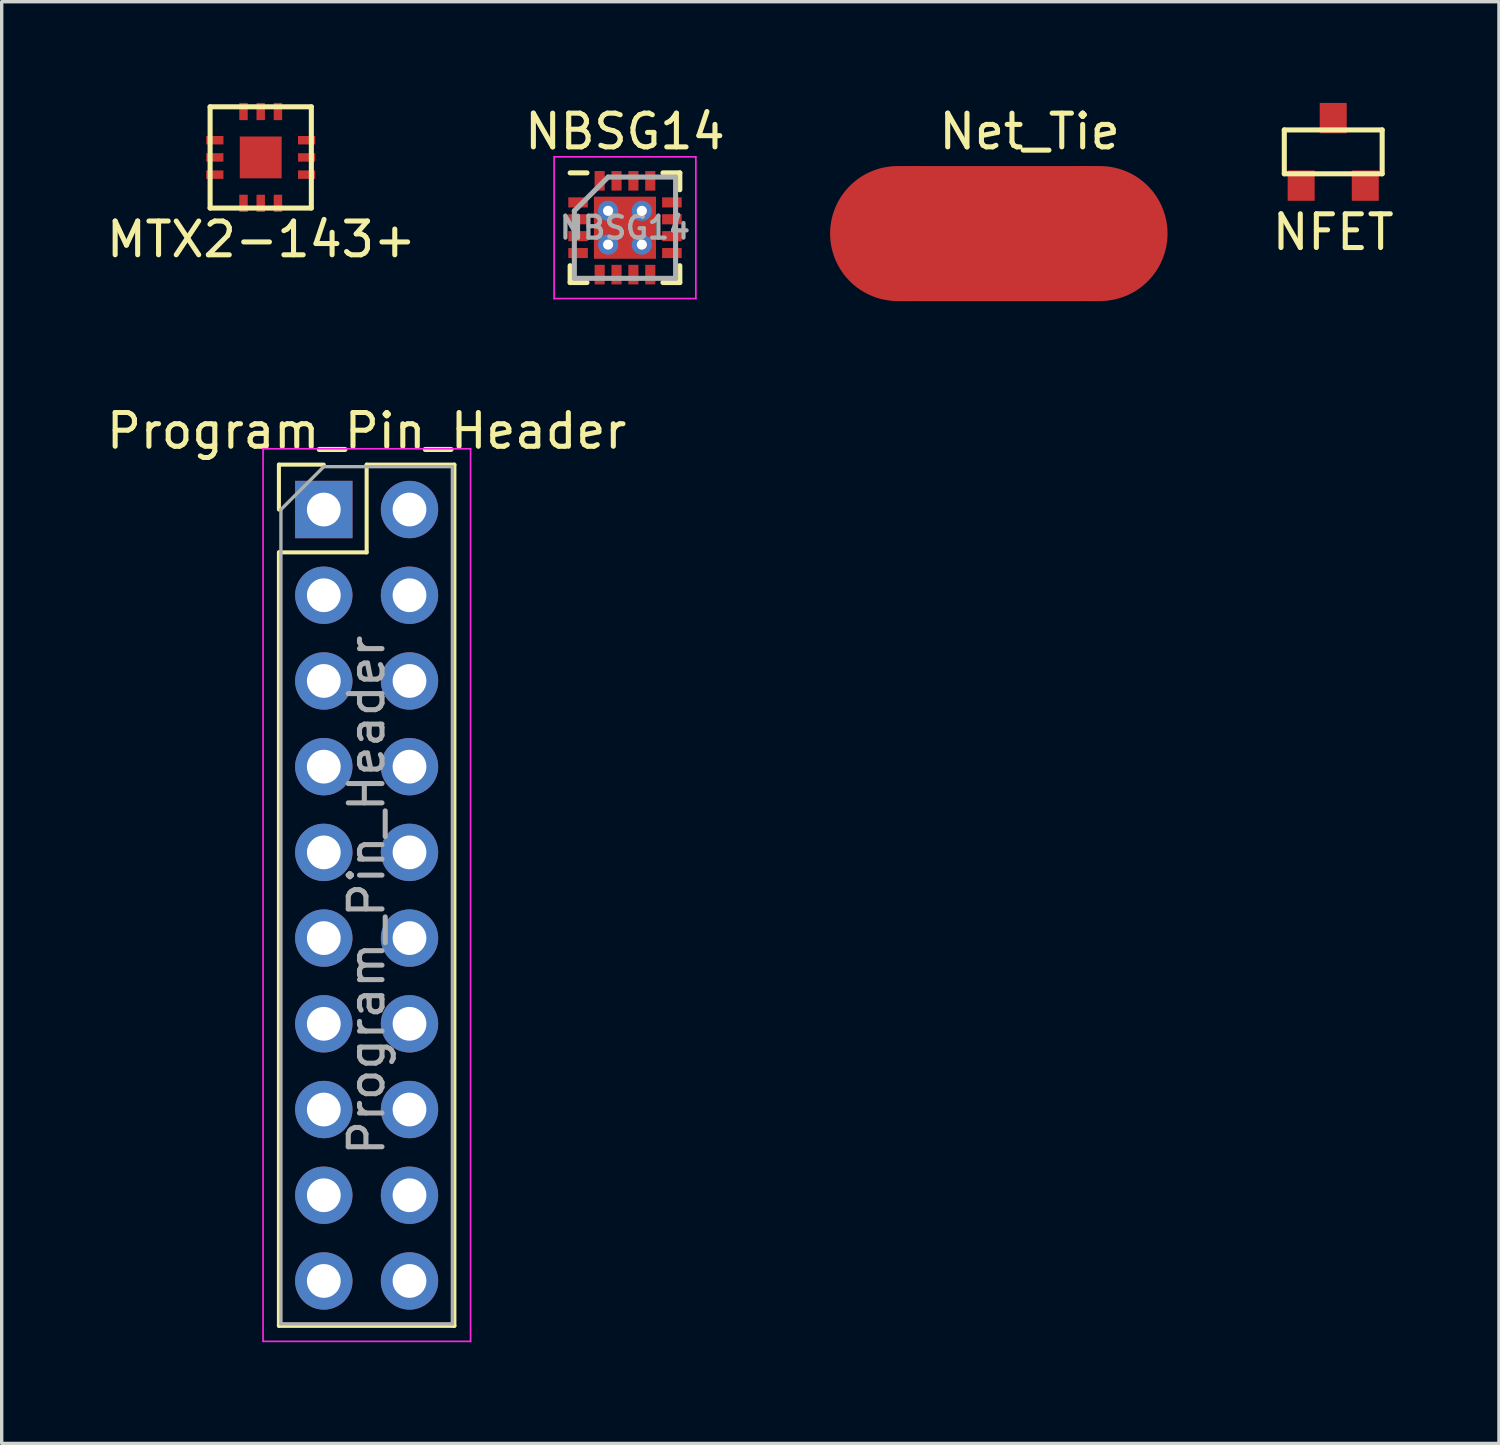
<source format=kicad_pcb>
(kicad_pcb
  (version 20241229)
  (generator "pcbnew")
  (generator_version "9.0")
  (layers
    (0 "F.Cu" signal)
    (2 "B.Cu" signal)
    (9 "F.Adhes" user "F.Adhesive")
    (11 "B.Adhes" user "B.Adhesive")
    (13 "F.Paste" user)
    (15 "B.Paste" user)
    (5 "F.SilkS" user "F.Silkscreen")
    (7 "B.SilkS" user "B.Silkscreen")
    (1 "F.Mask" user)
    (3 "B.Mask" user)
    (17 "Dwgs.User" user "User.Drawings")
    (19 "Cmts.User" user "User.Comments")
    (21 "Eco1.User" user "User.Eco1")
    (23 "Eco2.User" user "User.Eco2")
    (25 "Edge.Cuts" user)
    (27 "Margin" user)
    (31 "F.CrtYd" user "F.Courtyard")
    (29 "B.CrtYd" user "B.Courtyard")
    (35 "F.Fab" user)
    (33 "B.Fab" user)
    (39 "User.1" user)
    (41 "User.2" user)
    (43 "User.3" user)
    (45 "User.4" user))
  (footprint "Program_Pin_Header"
    (layer "F.Cu")
    (at 6.545 12.049)
    (property "Reference" "Program_Pin_Header" (at 1.27 -2.33 0) (layer "F.SilkS") (effects (font (size 1 1) (thickness 0.15))))
    (attr through_hole)
    (fp_line (start -1.33 -1.33) (end 0 -1.33) (stroke (width 0.12) (type solid)) (layer "F.SilkS"))
    (fp_line (start -1.33 0) (end -1.33 -1.33) (stroke (width 0.12) (type solid)) (layer "F.SilkS"))
    (fp_line (start -1.33 1.27) (end -1.33 24.19) (stroke (width 0.12) (type solid)) (layer "F.SilkS"))
    (fp_line (start -1.33 1.27) (end 1.27 1.27) (stroke (width 0.12) (type solid)) (layer "F.SilkS"))
    (fp_line (start -1.33 24.19) (end 3.87 24.19) (stroke (width 0.12) (type solid)) (layer "F.SilkS"))
    (fp_line (start 1.27 -1.33) (end 3.87 -1.33) (stroke (width 0.12) (type solid)) (layer "F.SilkS"))
    (fp_line (start 1.27 1.27) (end 1.27 -1.33) (stroke (width 0.12) (type solid)) (layer "F.SilkS"))
    (fp_line (start 3.87 -1.33) (end 3.87 24.19) (stroke (width 0.12) (type solid)) (layer "F.SilkS"))
    (fp_line (start -1.8 -1.8) (end -1.8 24.65) (stroke (width 0.05) (type solid)) (layer "F.CrtYd"))
    (fp_line (start -1.8 24.65) (end 4.35 24.65) (stroke (width 0.05) (type solid)) (layer "F.CrtYd"))
    (fp_line (start 4.35 -1.8) (end -1.8 -1.8) (stroke (width 0.05) (type solid)) (layer "F.CrtYd"))
    (fp_line (start 4.35 24.65) (end 4.35 -1.8) (stroke (width 0.05) (type solid)) (layer "F.CrtYd"))
    (fp_line (start -1.27 0) (end 0 -1.27) (stroke (width 0.1) (type solid)) (layer "F.Fab"))
    (fp_line (start -1.27 24.13) (end -1.27 0) (stroke (width 0.1) (type solid)) (layer "F.Fab"))
    (fp_line (start 0 -1.27) (end 3.81 -1.27) (stroke (width 0.1) (type solid)) (layer "F.Fab"))
    (fp_line (start 3.81 -1.27) (end 3.81 24.13) (stroke (width 0.1) (type solid)) (layer "F.Fab"))
    (fp_line (start 3.81 24.13) (end -1.27 24.13) (stroke (width 0.1) (type solid)) (layer "F.Fab"))
    (fp_text user "${REFERENCE}" (at 1.27 11.43 90) (layer "F.Fab") (effects (font (size 1 1) (thickness 0.15))))
    (pad "1" thru_hole rect (at 0 0) (size 1.7 1.7) (drill 1) (layers "*.Cu" "*.Mask"))
    (pad "2" thru_hole oval (at 2.54 0) (size 1.7 1.7) (drill 1) (layers "*.Cu" "*.Mask"))
    (pad "3" thru_hole oval (at 0 2.54) (size 1.7 1.7) (drill 1) (layers "*.Cu" "*.Mask"))
    (pad "4" thru_hole oval (at 2.54 2.54) (size 1.7 1.7) (drill 1) (layers "*.Cu" "*.Mask"))
    (pad "5" thru_hole oval (at 0 5.08) (size 1.7 1.7) (drill 1) (layers "*.Cu" "*.Mask"))
    (pad "6" thru_hole oval (at 2.54 5.08) (size 1.7 1.7) (drill 1) (layers "*.Cu" "*.Mask"))
    (pad "7" thru_hole oval (at 0 7.62) (size 1.7 1.7) (drill 1) (layers "*.Cu" "*.Mask"))
    (pad "8" thru_hole oval (at 2.54 7.62) (size 1.7 1.7) (drill 1) (layers "*.Cu" "*.Mask"))
    (pad "9" thru_hole oval (at 0 10.16) (size 1.7 1.7) (drill 1) (layers "*.Cu" "*.Mask"))
    (pad "10" thru_hole oval (at 2.54 10.16) (size 1.7 1.7) (drill 1) (layers "*.Cu" "*.Mask"))
    (pad "11" thru_hole oval (at 0 12.7) (size 1.7 1.7) (drill 1) (layers "*.Cu" "*.Mask"))
    (pad "12" thru_hole oval (at 2.54 12.7) (size 1.7 1.7) (drill 1) (layers "*.Cu" "*.Mask"))
    (pad "13" thru_hole oval (at 0 15.24) (size 1.7 1.7) (drill 1) (layers "*.Cu" "*.Mask"))
    (pad "14" thru_hole oval (at 2.54 15.24) (size 1.7 1.7) (drill 1) (layers "*.Cu" "*.Mask"))
    (pad "15" thru_hole oval (at 0 17.78) (size 1.7 1.7) (drill 1) (layers "*.Cu" "*.Mask"))
    (pad "16" thru_hole oval (at 2.54 17.78) (size 1.7 1.7) (drill 1) (layers "*.Cu" "*.Mask"))
    (pad "17" thru_hole oval (at 0 20.32) (size 1.7 1.7) (drill 1) (layers "*.Cu" "*.Mask"))
    (pad "18" thru_hole oval (at 2.54 20.32) (size 1.7 1.7) (drill 1) (layers "*.Cu" "*.Mask"))
    (pad "19" thru_hole oval (at 0 22.86) (size 1.7 1.7) (drill 1) (layers "*.Cu" "*.Mask"))
    (pad "20" thru_hole oval (at 2.54 22.86) (size 1.7 1.7) (drill 1) (layers "*.Cu" "*.Mask")))
  (footprint "NFET"
    (layer "F.Cu")
    (at 36.458 1.45)
    (property "Reference" "NFET" (at 0 2.38 0) (layer "F.SilkS") (effects (font (size 1 1) (thickness 0.15))))
    (attr through_hole)
    (fp_line (start -1.45 -0.65) (end -1.45 0.65) (stroke (width 0.15) (type solid)) (layer "F.SilkS"))
    (fp_line (start -1.45 0.65) (end 1.45 0.65) (stroke (width 0.15) (type solid)) (layer "F.SilkS"))
    (fp_line (start 1.45 -0.65) (end -1.45 -0.65) (stroke (width 0.15) (type solid)) (layer "F.SilkS"))
    (fp_line (start 1.45 0.65) (end 1.45 -0.65) (stroke (width 0.15) (type solid)) (layer "F.SilkS"))
    (pad "1" smd rect (at 0 -1) (size 0.8 0.9) (layers "F.Cu" "F.Mask" "F.Paste"))
    (pad "2" smd rect (at -0.95 1) (size 0.8 0.9) (layers "F.Cu" "F.Mask" "F.Paste"))
    (pad "3" smd rect (at 0.95 1) (size 0.8 0.9) (layers "F.Cu" "F.Mask" "F.Paste")))
  (footprint "NBSG14"
    (layer "F.Cu")
    (at 15.47 3.698)
    (property "Reference" "NBSG14" (at 0 -2.85 0) (layer "F.SilkS") (effects (font (size 1 1) (thickness 0.15))))
    (attr smd)
    (fp_line (start -1.625 -1.625) (end -1.125 -1.625) (stroke (width 0.15) (type solid)) (layer "F.SilkS"))
    (fp_line (start -1.625 1.625) (end -1.625 1.125) (stroke (width 0.15) (type solid)) (layer "F.SilkS"))
    (fp_line (start -1.625 1.625) (end -1.125 1.625) (stroke (width 0.15) (type solid)) (layer "F.SilkS"))
    (fp_line (start 1.625 -1.625) (end 1.125 -1.625) (stroke (width 0.15) (type solid)) (layer "F.SilkS"))
    (fp_line (start 1.625 -1.625) (end 1.625 -1.125) (stroke (width 0.15) (type solid)) (layer "F.SilkS"))
    (fp_line (start 1.625 1.625) (end 1.125 1.625) (stroke (width 0.15) (type solid)) (layer "F.SilkS"))
    (fp_line (start 1.625 1.625) (end 1.625 1.125) (stroke (width 0.15) (type solid)) (layer "F.SilkS"))
    (fp_line (start -2.1 -2.1) (end -2.1 2.1) (stroke (width 0.05) (type solid)) (layer "F.CrtYd"))
    (fp_line (start -2.1 -2.1) (end 2.1 -2.1) (stroke (width 0.05) (type solid)) (layer "F.CrtYd"))
    (fp_line (start -2.1 2.1) (end 2.1 2.1) (stroke (width 0.05) (type solid)) (layer "F.CrtYd"))
    (fp_line (start 2.1 -2.1) (end 2.1 2.1) (stroke (width 0.05) (type solid)) (layer "F.CrtYd"))
    (fp_line (start -1.5 -0.5) (end -0.5 -1.5) (stroke (width 0.15) (type solid)) (layer "F.Fab"))
    (fp_line (start -1.5 1.5) (end -1.5 -0.5) (stroke (width 0.15) (type solid)) (layer "F.Fab"))
    (fp_line (start -0.5 -1.5) (end 1.5 -1.5) (stroke (width 0.15) (type solid)) (layer "F.Fab"))
    (fp_line (start 1.5 -1.5) (end 1.5 1.5) (stroke (width 0.15) (type solid)) (layer "F.Fab"))
    (fp_line (start 1.5 1.5) (end -1.5 1.5) (stroke (width 0.15) (type solid)) (layer "F.Fab"))
    (fp_text user "${REFERENCE}" (at 0 0 0) (layer "F.Fab") (effects (font (size 0.65 0.65) (thickness 0.125))))
    (pad "" smd rect (at -0.5 -0.5) (size 0.73 0.73) (layers "F.Paste"))
    (pad "" smd rect (at -0.5 0.5) (size 0.73 0.73) (layers "F.Paste"))
    (pad "" smd rect (at 0.5 -0.5) (size 0.73 0.73) (layers "F.Paste"))
    (pad "" smd rect (at 0.5 0.5) (size 0.73 0.73) (layers "F.Paste"))
    (pad "1" smd rect (at -1.39 -0.75) (size 0.58 0.3) (layers "F.Cu" "F.Mask" "F.Paste"))
    (pad "2" smd rect (at -1.39 -0.25) (size 0.58 0.3) (layers "F.Cu" "F.Mask" "F.Paste"))
    (pad "3" smd rect (at -1.39 0.25) (size 0.58 0.3) (layers "F.Cu" "F.Mask" "F.Paste"))
    (pad "4" smd rect (at -1.39 0.75) (size 0.58 0.3) (layers "F.Cu" "F.Mask" "F.Paste"))
    (pad "5" smd rect (at -0.75 1.39 90) (size 0.58 0.3) (layers "F.Cu" "F.Mask" "F.Paste"))
    (pad "6" smd rect (at -0.25 1.39 90) (size 0.58 0.3) (layers "F.Cu" "F.Mask" "F.Paste"))
    (pad "7" smd rect (at 0.25 1.39 90) (size 0.58 0.3) (layers "F.Cu" "F.Mask" "F.Paste"))
    (pad "8" smd rect (at 0.75 1.39 90) (size 0.58 0.3) (layers "F.Cu" "F.Mask" "F.Paste"))
    (pad "9" smd rect (at 1.39 0.75) (size 0.58 0.3) (layers "F.Cu" "F.Mask" "F.Paste"))
    (pad "10" smd rect (at 1.39 0.25) (size 0.58 0.3) (layers "F.Cu" "F.Mask" "F.Paste"))
    (pad "11" smd rect (at 1.39 -0.25) (size 0.58 0.3) (layers "F.Cu" "F.Mask" "F.Paste"))
    (pad "12" smd rect (at 1.39 -0.75) (size 0.58 0.3) (layers "F.Cu" "F.Mask" "F.Paste"))
    (pad "13" smd rect (at 0.75 -1.39 90) (size 0.58 0.3) (layers "F.Cu" "F.Mask" "F.Paste"))
    (pad "14" smd rect (at 0.25 -1.39 90) (size 0.58 0.3) (layers "F.Cu" "F.Mask" "F.Paste"))
    (pad "15" smd rect (at -0.25 -1.39 90) (size 0.58 0.3) (layers "F.Cu" "F.Mask" "F.Paste"))
    (pad "16" smd rect (at -0.75 -1.39 90) (size 0.58 0.3) (layers "F.Cu" "F.Mask" "F.Paste"))
    (pad "16" thru_hole circle (at -0.5 -0.5) (size 0.6 0.6) (drill 0.3) (layers "*.Cu"))
    (pad "16" thru_hole circle (at -0.5 0.5) (size 0.6 0.6) (drill 0.3) (layers "*.Cu"))
    (pad "16" smd rect (at 0 0) (size 1.84 1.84) (layers "F.Cu" "F.Mask"))
    (pad "16" thru_hole circle (at 0.5 -0.5 90) (size 0.6 0.6) (drill 0.3) (layers "*.Cu"))
    (pad "16" thru_hole circle (at 0.5 0.5) (size 0.6 0.6) (drill 0.3) (layers "*.Cu")))
  (footprint "Net_Tie"
    (layer "F.Cu")
    (at 26.548 3.871)
    (property "Reference" "Net_Tie" (at 0.914 -3.023 0) (layer "F.SilkS") (effects (font (size 1 1) (thickness 0.15))))
    (attr through_hole)
    (fp_line (start -3 0) (end 3 0) (stroke (width 4) (type solid)) (layer "F.Cu"))
    (pad "1" smd circle (at 2.54 0) (size 4 4) (layers "F.Cu" "F.Mask" "F.Paste"))
    (pad "2" smd circle (at -2.54 0) (size 4 4) (layers "F.Cu")))
  (footprint "MTX2-143+"
    (layer "F.Cu")
    (at 4.676 1.615)
    (property "Reference" "MTX2-143+" (at 0.02 2.43 0) (layer "F.SilkS") (effects (font (size 1 1) (thickness 0.15))))
    (attr through_hole)
    (fp_line (start -1.5 -1.5) (end -1.5 1.5) (stroke (width 0.15) (type solid)) (layer "F.SilkS"))
    (fp_line (start -1.5 1.5) (end 1.5 1.5) (stroke (width 0.15) (type solid)) (layer "F.SilkS"))
    (fp_line (start 1.5 -1.5) (end -1.5 -1.5) (stroke (width 0.15) (type solid)) (layer "F.SilkS"))
    (fp_line (start 1.5 1.5) (end 1.5 -1.5) (stroke (width 0.15) (type solid)) (layer "F.SilkS"))
    (pad "1" smd rect (at -1.36 0.51) (size 0.51 0.25) (layers "F.Cu" "F.Mask"))
    (pad "2" smd rect (at -1.36 0) (size 0.51 0.25) (layers "F.Cu" "F.Mask"))
    (pad "3" smd rect (at -1.36 -0.51) (size 0.51 0.25) (layers "F.Cu" "F.Mask"))
    (pad "4" smd rect (at -0.51 -1.36) (size 0.25 0.51) (layers "F.Cu" "F.Mask"))
    (pad "5" smd rect (at 0 -1.36) (size 0.25 0.51) (layers "F.Cu" "F.Mask"))
    (pad "6" smd rect (at 0.51 -1.36) (size 0.25 0.51) (layers "F.Cu" "F.Mask"))
    (pad "7" smd rect (at 1.36 -0.51) (size 0.51 0.25) (layers "F.Cu" "F.Mask"))
    (pad "8" smd rect (at 1.36 0) (size 0.51 0.25) (layers "F.Cu" "F.Mask"))
    (pad "9" smd rect (at 1.36 0.51) (size 0.51 0.25) (layers "F.Cu" "F.Mask"))
    (pad "10" smd rect (at 0 0) (size 1.24 1.24) (layers "F.Cu" "F.Mask"))
    (pad "10" smd rect (at 0.51 1.36) (size 0.25 0.51) (layers "F.Cu" "F.Mask"))
    (pad "11" smd rect (at 0 1.36) (size 0.25 0.51) (layers "F.Cu" "F.Mask"))
    (pad "12" smd rect (at -0.51 1.36) (size 0.25 0.51) (layers "F.Cu" "F.Mask")))
  (gr_rect
    (start -3 -3)
    (end 41.369 39.724)
    (stroke (width 0.1) (type default))
    (fill no)
    (layer "Edge.Cuts")))
</source>
